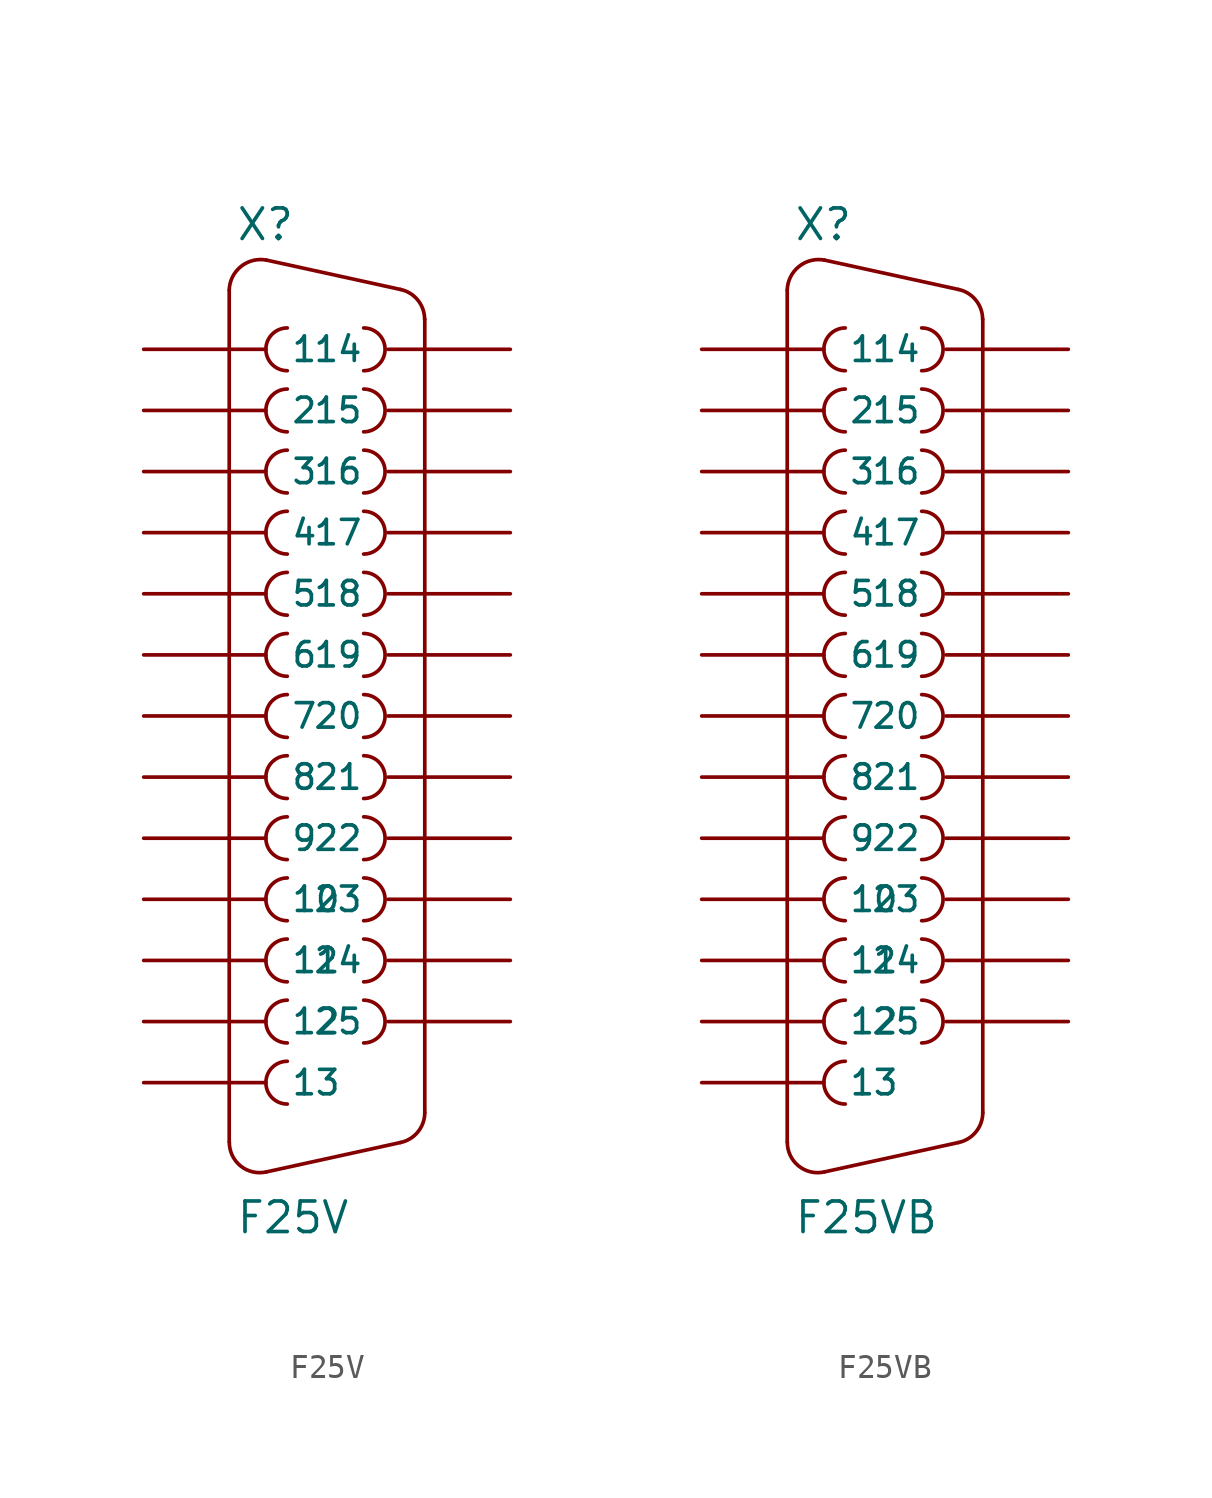
<source format=kicad_sym>
(kicad_symbol_lib
  (version 20211014)
  (generator kicad_symbol_editor)
  (symbol "F25V"
    (pin_numbers hide)
    (pin_names
      (offset 1.016))
    (property "Reference" "X"
      (at -3.81 19.685 0)
      (effects (font (size 1.27 1.27)) (justify left bottom)))
    (property "Value" "F25V"
      (at -3.81 -21.59 0)
      (effects (font (size 1.27 1.27)) (justify left bottom)))
    (property "Datasheet" ""
      (at 0 0 0)
      (effects (font (size 1.524 1.524))))
    (property "ki_locked" ""
      (at 0 0 0)
      (effects (font (size 1.27 1.27))))
    (symbol "F25V_1_0"
      (polyline (pts (xy -4.064 -17.704) (xy -4.064 17.704)) (stroke (width 0) (type default) (color 0 0 0 0)) (fill (type none)))
      (polyline (pts (xy -2.515 -18.948) (xy 3.048 -17.729)) (stroke (width 0) (type default) (color 0 0 0 0)) (fill (type none)))
      (polyline (pts (xy -2.515 18.948) (xy 3.048 17.729)) (stroke (width 0) (type default) (color 0 0 0 0)) (fill (type none)))
      (polyline (pts (xy 4.064 -16.485) (xy 4.064 16.485)) (stroke (width 0) (type default) (color 0 0 0 0)) (fill (type none))))
    (symbol "F25V_1_1"
      (arc (start -4.064 -17.7038) (mid -3.5879 -18.7072) (end -2.5146 -18.9484) (stroke (width 0) (type default) (color 0 0 0 0)) (fill (type none)))
      (arc (start -2.5146 18.9484) (mid -3.572 18.6877) (end -4.064 17.7038) (stroke (width 0) (type default) (color 0 0 0 0)) (fill (type none)))
      (arc (start -1.651 -14.351) (mid -2.54 -15.24) (end -1.651 -16.129) (stroke (width 0) (type default) (color 0 0 0 0)) (fill (type none)))
      (arc (start -1.651 -11.811) (mid -2.54 -12.7) (end -1.651 -13.589) (stroke (width 0) (type default) (color 0 0 0 0)) (fill (type none)))
      (arc (start -1.651 -9.271) (mid -2.54 -10.16) (end -1.651 -11.049) (stroke (width 0) (type default) (color 0 0 0 0)) (fill (type none)))
      (arc (start -1.651 -6.731) (mid -2.54 -7.62) (end -1.651 -8.509) (stroke (width 0) (type default) (color 0 0 0 0)) (fill (type none)))
      (arc (start -1.651 -4.191) (mid -2.54 -5.08) (end -1.651 -5.969) (stroke (width 0) (type default) (color 0 0 0 0)) (fill (type none)))
      (arc (start -1.651 -1.651) (mid -2.54 -2.54) (end -1.651 -3.429) (stroke (width 0) (type default) (color 0 0 0 0)) (fill (type none)))
      (arc (start -1.651 0.889) (mid -2.54 0) (end -1.651 -0.889) (stroke (width 0) (type default) (color 0 0 0 0)) (fill (type none)))
      (arc (start -1.651 3.429) (mid -2.54 2.54) (end -1.651 1.651) (stroke (width 0) (type default) (color 0 0 0 0)) (fill (type none)))
      (arc (start -1.651 5.969) (mid -2.54 5.08) (end -1.651 4.191) (stroke (width 0) (type default) (color 0 0 0 0)) (fill (type none)))
      (arc (start -1.651 8.509) (mid -2.54 7.62) (end -1.651 6.731) (stroke (width 0) (type default) (color 0 0 0 0)) (fill (type none)))
      (arc (start -1.651 11.049) (mid -2.54 10.16) (end -1.651 9.271) (stroke (width 0) (type default) (color 0 0 0 0)) (fill (type none)))
      (arc (start -1.651 13.589) (mid -2.54 12.7) (end -1.651 11.811) (stroke (width 0) (type default) (color 0 0 0 0)) (fill (type none)))
      (arc (start -1.651 16.129) (mid -2.54 15.24) (end -1.651 14.351) (stroke (width 0) (type default) (color 0 0 0 0)) (fill (type none)))
      (arc (start 1.524 -13.589) (mid 2.413 -12.7) (end 1.524 -11.811) (stroke (width 0) (type default) (color 0 0 0 0)) (fill (type none)))
      (arc (start 1.524 -11.049) (mid 2.413 -10.16) (end 1.524 -9.271) (stroke (width 0) (type default) (color 0 0 0 0)) (fill (type none)))
      (arc (start 1.524 -8.509) (mid 2.413 -7.62) (end 1.524 -6.731) (stroke (width 0) (type default) (color 0 0 0 0)) (fill (type none)))
      (arc (start 1.524 -5.969) (mid 2.413 -5.08) (end 1.524 -4.191) (stroke (width 0) (type default) (color 0 0 0 0)) (fill (type none)))
      (arc (start 1.524 -3.429) (mid 2.413 -2.54) (end 1.524 -1.651) (stroke (width 0) (type default) (color 0 0 0 0)) (fill (type none)))
      (arc (start 1.524 -0.889) (mid 2.413 0) (end 1.524 0.889) (stroke (width 0) (type default) (color 0 0 0 0)) (fill (type none)))
      (arc (start 1.524 1.651) (mid 2.413 2.54) (end 1.524 3.429) (stroke (width 0) (type default) (color 0 0 0 0)) (fill (type none)))
      (arc (start 1.524 4.191) (mid 2.413 5.08) (end 1.524 5.969) (stroke (width 0) (type default) (color 0 0 0 0)) (fill (type none)))
      (arc (start 1.524 6.731) (mid 2.413 7.62) (end 1.524 8.509) (stroke (width 0) (type default) (color 0 0 0 0)) (fill (type none)))
      (arc (start 1.524 9.271) (mid 2.413 10.16) (end 1.524 11.049) (stroke (width 0) (type default) (color 0 0 0 0)) (fill (type none)))
      (arc (start 1.524 11.811) (mid 2.413 12.7) (end 1.524 13.589) (stroke (width 0) (type default) (color 0 0 0 0)) (fill (type none)))
      (arc (start 1.524 14.351) (mid 2.413 15.24) (end 1.524 16.129) (stroke (width 0) (type default) (color 0 0 0 0)) (fill (type none)))
      (arc (start 3.048 -17.7292) (mid 3.7779 -17.288) (end 4.064 -16.4846) (stroke (width 0) (type default) (color 0 0 0 0)) (fill (type none)))
      (arc (start 4.064 16.4846) (mid 3.7777 17.2878) (end 3.048 17.7292) (stroke (width 0) (type default) (color 0 0 0 0)) (fill (type none)))
      (pin passive line (at -7.62 15.24 0) (length 5.08) (name "1" (effects (font (size 1.016 1.016)))) (number "1" (effects (font (size 1.016 1.016)))))
      (pin passive line (at -7.62 -7.62 0) (length 5.08) (name "10" (effects (font (size 1.016 1.016)))) (number "10" (effects (font (size 1.016 1.016)))))
      (pin passive line (at -7.62 -10.16 0) (length 5.08) (name "11" (effects (font (size 1.016 1.016)))) (number "11" (effects (font (size 1.016 1.016)))))
      (pin passive line (at -7.62 -12.7 0) (length 5.08) (name "12" (effects (font (size 1.016 1.016)))) (number "12" (effects (font (size 1.016 1.016)))))
      (pin passive line (at -7.62 -15.24 0) (length 5.08) (name "13" (effects (font (size 1.016 1.016)))) (number "13" (effects (font (size 1.016 1.016)))))
      (pin passive line (at 7.62 15.24 180) (length 5.08) (name "14" (effects (font (size 1.016 1.016)))) (number "14" (effects (font (size 1.016 1.016)))))
      (pin passive line (at 7.62 12.7 180) (length 5.08) (name "15" (effects (font (size 1.016 1.016)))) (number "15" (effects (font (size 1.016 1.016)))))
      (pin passive line (at 7.62 10.16 180) (length 5.08) (name "16" (effects (font (size 1.016 1.016)))) (number "16" (effects (font (size 1.016 1.016)))))
      (pin passive line (at 7.62 7.62 180) (length 5.08) (name "17" (effects (font (size 1.016 1.016)))) (number "17" (effects (font (size 1.016 1.016)))))
      (pin passive line (at 7.62 5.08 180) (length 5.08) (name "18" (effects (font (size 1.016 1.016)))) (number "18" (effects (font (size 1.016 1.016)))))
      (pin passive line (at 7.62 2.54 180) (length 5.08) (name "19" (effects (font (size 1.016 1.016)))) (number "19" (effects (font (size 1.016 1.016)))))
      (pin passive line (at -7.62 12.7 0) (length 5.08) (name "2" (effects (font (size 1.016 1.016)))) (number "2" (effects (font (size 1.016 1.016)))))
      (pin passive line (at 7.62 0 180) (length 5.08) (name "20" (effects (font (size 1.016 1.016)))) (number "20" (effects (font (size 1.016 1.016)))))
      (pin passive line (at 7.62 -2.54 180) (length 5.08) (name "21" (effects (font (size 1.016 1.016)))) (number "21" (effects (font (size 1.016 1.016)))))
      (pin passive line (at 7.62 -5.08 180) (length 5.08) (name "22" (effects (font (size 1.016 1.016)))) (number "22" (effects (font (size 1.016 1.016)))))
      (pin passive line (at 7.62 -7.62 180) (length 5.08) (name "23" (effects (font (size 1.016 1.016)))) (number "23" (effects (font (size 1.016 1.016)))))
      (pin passive line (at 7.62 -10.16 180) (length 5.08) (name "24" (effects (font (size 1.016 1.016)))) (number "24" (effects (font (size 1.016 1.016)))))
      (pin passive line (at 7.62 -12.7 180) (length 5.08) (name "25" (effects (font (size 1.016 1.016)))) (number "25" (effects (font (size 1.016 1.016)))))
      (pin passive line (at -7.62 10.16 0) (length 5.08) (name "3" (effects (font (size 1.016 1.016)))) (number "3" (effects (font (size 1.016 1.016)))))
      (pin passive line (at -7.62 7.62 0) (length 5.08) (name "4" (effects (font (size 1.016 1.016)))) (number "4" (effects (font (size 1.016 1.016)))))
      (pin passive line (at -7.62 5.08 0) (length 5.08) (name "5" (effects (font (size 1.016 1.016)))) (number "5" (effects (font (size 1.016 1.016)))))
      (pin passive line (at -7.62 2.54 0) (length 5.08) (name "6" (effects (font (size 1.016 1.016)))) (number "6" (effects (font (size 1.016 1.016)))))
      (pin passive line (at -7.62 0 0) (length 5.08) (name "7" (effects (font (size 1.016 1.016)))) (number "7" (effects (font (size 1.016 1.016)))))
      (pin passive line (at -7.62 -2.54 0) (length 5.08) (name "8" (effects (font (size 1.016 1.016)))) (number "8" (effects (font (size 1.016 1.016)))))
      (pin passive line (at -7.62 -5.08 0) (length 5.08) (name "9" (effects (font (size 1.016 1.016)))) (number "9" (effects (font (size 1.016 1.016)))))))
  (symbol "F25VB"
    (pin_numbers hide)
    (pin_names
      (offset 1.016))
    (property "Reference" "X"
      (at -3.81 19.685 0)
      (effects (font (size 1.27 1.27)) (justify left bottom)))
    (property "Value" "F25VB"
      (at -3.81 -21.59 0)
      (effects (font (size 1.27 1.27)) (justify left bottom)))
    (property "Datasheet" ""
      (at 0 0 0)
      (effects (font (size 1.524 1.524))))
    (property "ki_locked" ""
      (at 0 0 0)
      (effects (font (size 1.27 1.27))))
    (symbol "F25VB_1_0"
      (polyline (pts (xy -4.064 -17.704) (xy -4.064 17.704)) (stroke (width 0) (type default) (color 0 0 0 0)) (fill (type none)))
      (polyline (pts (xy -2.515 -18.948) (xy 3.048 -17.729)) (stroke (width 0) (type default) (color 0 0 0 0)) (fill (type none)))
      (polyline (pts (xy -2.515 18.948) (xy 3.048 17.729)) (stroke (width 0) (type default) (color 0 0 0 0)) (fill (type none)))
      (polyline (pts (xy 4.064 -16.485) (xy 4.064 16.485)) (stroke (width 0) (type default) (color 0 0 0 0)) (fill (type none))))
    (symbol "F25VB_1_1"
      (arc (start -4.064 -17.7038) (mid -3.5879 -18.7072) (end -2.5146 -18.9484) (stroke (width 0) (type default) (color 0 0 0 0)) (fill (type none)))
      (arc (start -2.5146 18.9484) (mid -3.572 18.6877) (end -4.064 17.7038) (stroke (width 0) (type default) (color 0 0 0 0)) (fill (type none)))
      (arc (start -1.651 -14.351) (mid -2.54 -15.24) (end -1.651 -16.129) (stroke (width 0) (type default) (color 0 0 0 0)) (fill (type none)))
      (arc (start -1.651 -11.811) (mid -2.54 -12.7) (end -1.651 -13.589) (stroke (width 0) (type default) (color 0 0 0 0)) (fill (type none)))
      (arc (start -1.651 -9.271) (mid -2.54 -10.16) (end -1.651 -11.049) (stroke (width 0) (type default) (color 0 0 0 0)) (fill (type none)))
      (arc (start -1.651 -6.731) (mid -2.54 -7.62) (end -1.651 -8.509) (stroke (width 0) (type default) (color 0 0 0 0)) (fill (type none)))
      (arc (start -1.651 -4.191) (mid -2.54 -5.08) (end -1.651 -5.969) (stroke (width 0) (type default) (color 0 0 0 0)) (fill (type none)))
      (arc (start -1.651 -1.651) (mid -2.54 -2.54) (end -1.651 -3.429) (stroke (width 0) (type default) (color 0 0 0 0)) (fill (type none)))
      (arc (start -1.651 0.889) (mid -2.54 0) (end -1.651 -0.889) (stroke (width 0) (type default) (color 0 0 0 0)) (fill (type none)))
      (arc (start -1.651 3.429) (mid -2.54 2.54) (end -1.651 1.651) (stroke (width 0) (type default) (color 0 0 0 0)) (fill (type none)))
      (arc (start -1.651 5.969) (mid -2.54 5.08) (end -1.651 4.191) (stroke (width 0) (type default) (color 0 0 0 0)) (fill (type none)))
      (arc (start -1.651 8.509) (mid -2.54 7.62) (end -1.651 6.731) (stroke (width 0) (type default) (color 0 0 0 0)) (fill (type none)))
      (arc (start -1.651 11.049) (mid -2.54 10.16) (end -1.651 9.271) (stroke (width 0) (type default) (color 0 0 0 0)) (fill (type none)))
      (arc (start -1.651 13.589) (mid -2.54 12.7) (end -1.651 11.811) (stroke (width 0) (type default) (color 0 0 0 0)) (fill (type none)))
      (arc (start -1.651 16.129) (mid -2.54 15.24) (end -1.651 14.351) (stroke (width 0) (type default) (color 0 0 0 0)) (fill (type none)))
      (arc (start 1.524 -13.589) (mid 2.413 -12.7) (end 1.524 -11.811) (stroke (width 0) (type default) (color 0 0 0 0)) (fill (type none)))
      (arc (start 1.524 -11.049) (mid 2.413 -10.16) (end 1.524 -9.271) (stroke (width 0) (type default) (color 0 0 0 0)) (fill (type none)))
      (arc (start 1.524 -8.509) (mid 2.413 -7.62) (end 1.524 -6.731) (stroke (width 0) (type default) (color 0 0 0 0)) (fill (type none)))
      (arc (start 1.524 -5.969) (mid 2.413 -5.08) (end 1.524 -4.191) (stroke (width 0) (type default) (color 0 0 0 0)) (fill (type none)))
      (arc (start 1.524 -3.429) (mid 2.413 -2.54) (end 1.524 -1.651) (stroke (width 0) (type default) (color 0 0 0 0)) (fill (type none)))
      (arc (start 1.524 -0.889) (mid 2.413 0) (end 1.524 0.889) (stroke (width 0) (type default) (color 0 0 0 0)) (fill (type none)))
      (arc (start 1.524 1.651) (mid 2.413 2.54) (end 1.524 3.429) (stroke (width 0) (type default) (color 0 0 0 0)) (fill (type none)))
      (arc (start 1.524 4.191) (mid 2.413 5.08) (end 1.524 5.969) (stroke (width 0) (type default) (color 0 0 0 0)) (fill (type none)))
      (arc (start 1.524 6.731) (mid 2.413 7.62) (end 1.524 8.509) (stroke (width 0) (type default) (color 0 0 0 0)) (fill (type none)))
      (arc (start 1.524 9.271) (mid 2.413 10.16) (end 1.524 11.049) (stroke (width 0) (type default) (color 0 0 0 0)) (fill (type none)))
      (arc (start 1.524 11.811) (mid 2.413 12.7) (end 1.524 13.589) (stroke (width 0) (type default) (color 0 0 0 0)) (fill (type none)))
      (arc (start 1.524 14.351) (mid 2.413 15.24) (end 1.524 16.129) (stroke (width 0) (type default) (color 0 0 0 0)) (fill (type none)))
      (arc (start 3.048 -17.7292) (mid 3.7779 -17.288) (end 4.064 -16.4846) (stroke (width 0) (type default) (color 0 0 0 0)) (fill (type none)))
      (arc (start 4.064 16.4846) (mid 3.7777 17.2878) (end 3.048 17.7292) (stroke (width 0) (type default) (color 0 0 0 0)) (fill (type none)))
      (pin passive line (at -7.62 15.24 0) (length 5.08) (name "1" (effects (font (size 1.016 1.016)))) (number "1" (effects (font (size 1.016 1.016)))))
      (pin passive line (at -7.62 -7.62 0) (length 5.08) (name "10" (effects (font (size 1.016 1.016)))) (number "10" (effects (font (size 1.016 1.016)))))
      (pin passive line (at -7.62 -10.16 0) (length 5.08) (name "11" (effects (font (size 1.016 1.016)))) (number "11" (effects (font (size 1.016 1.016)))))
      (pin passive line (at -7.62 -12.7 0) (length 5.08) (name "12" (effects (font (size 1.016 1.016)))) (number "12" (effects (font (size 1.016 1.016)))))
      (pin passive line (at -7.62 -15.24 0) (length 5.08) (name "13" (effects (font (size 1.016 1.016)))) (number "13" (effects (font (size 1.016 1.016)))))
      (pin passive line (at 7.62 15.24 180) (length 5.08) (name "14" (effects (font (size 1.016 1.016)))) (number "14" (effects (font (size 1.016 1.016)))))
      (pin passive line (at 7.62 12.7 180) (length 5.08) (name "15" (effects (font (size 1.016 1.016)))) (number "15" (effects (font (size 1.016 1.016)))))
      (pin passive line (at 7.62 10.16 180) (length 5.08) (name "16" (effects (font (size 1.016 1.016)))) (number "16" (effects (font (size 1.016 1.016)))))
      (pin passive line (at 7.62 7.62 180) (length 5.08) (name "17" (effects (font (size 1.016 1.016)))) (number "17" (effects (font (size 1.016 1.016)))))
      (pin passive line (at 7.62 5.08 180) (length 5.08) (name "18" (effects (font (size 1.016 1.016)))) (number "18" (effects (font (size 1.016 1.016)))))
      (pin passive line (at 7.62 2.54 180) (length 5.08) (name "19" (effects (font (size 1.016 1.016)))) (number "19" (effects (font (size 1.016 1.016)))))
      (pin passive line (at -7.62 12.7 0) (length 5.08) (name "2" (effects (font (size 1.016 1.016)))) (number "2" (effects (font (size 1.016 1.016)))))
      (pin passive line (at 7.62 0 180) (length 5.08) (name "20" (effects (font (size 1.016 1.016)))) (number "20" (effects (font (size 1.016 1.016)))))
      (pin passive line (at 7.62 -2.54 180) (length 5.08) (name "21" (effects (font (size 1.016 1.016)))) (number "21" (effects (font (size 1.016 1.016)))))
      (pin passive line (at 7.62 -5.08 180) (length 5.08) (name "22" (effects (font (size 1.016 1.016)))) (number "22" (effects (font (size 1.016 1.016)))))
      (pin passive line (at 7.62 -7.62 180) (length 5.08) (name "23" (effects (font (size 1.016 1.016)))) (number "23" (effects (font (size 1.016 1.016)))))
      (pin passive line (at 7.62 -10.16 180) (length 5.08) (name "24" (effects (font (size 1.016 1.016)))) (number "24" (effects (font (size 1.016 1.016)))))
      (pin passive line (at 7.62 -12.7 180) (length 5.08) (name "25" (effects (font (size 1.016 1.016)))) (number "25" (effects (font (size 1.016 1.016)))))
      (pin passive line (at -7.62 10.16 0) (length 5.08) (name "3" (effects (font (size 1.016 1.016)))) (number "3" (effects (font (size 1.016 1.016)))))
      (pin passive line (at -7.62 7.62 0) (length 5.08) (name "4" (effects (font (size 1.016 1.016)))) (number "4" (effects (font (size 1.016 1.016)))))
      (pin passive line (at -7.62 5.08 0) (length 5.08) (name "5" (effects (font (size 1.016 1.016)))) (number "5" (effects (font (size 1.016 1.016)))))
      (pin passive line (at -7.62 2.54 0) (length 5.08) (name "6" (effects (font (size 1.016 1.016)))) (number "6" (effects (font (size 1.016 1.016)))))
      (pin passive line (at -7.62 0 0) (length 5.08) (name "7" (effects (font (size 1.016 1.016)))) (number "7" (effects (font (size 1.016 1.016)))))
      (pin passive line (at -7.62 -2.54 0) (length 5.08) (name "8" (effects (font (size 1.016 1.016)))) (number "8" (effects (font (size 1.016 1.016)))))
      (pin passive line (at -7.62 -5.08 0) (length 5.08) (name "9" (effects (font (size 1.016 1.016)))) (number "9" (effects (font (size 1.016 1.016))))))))
</source>
